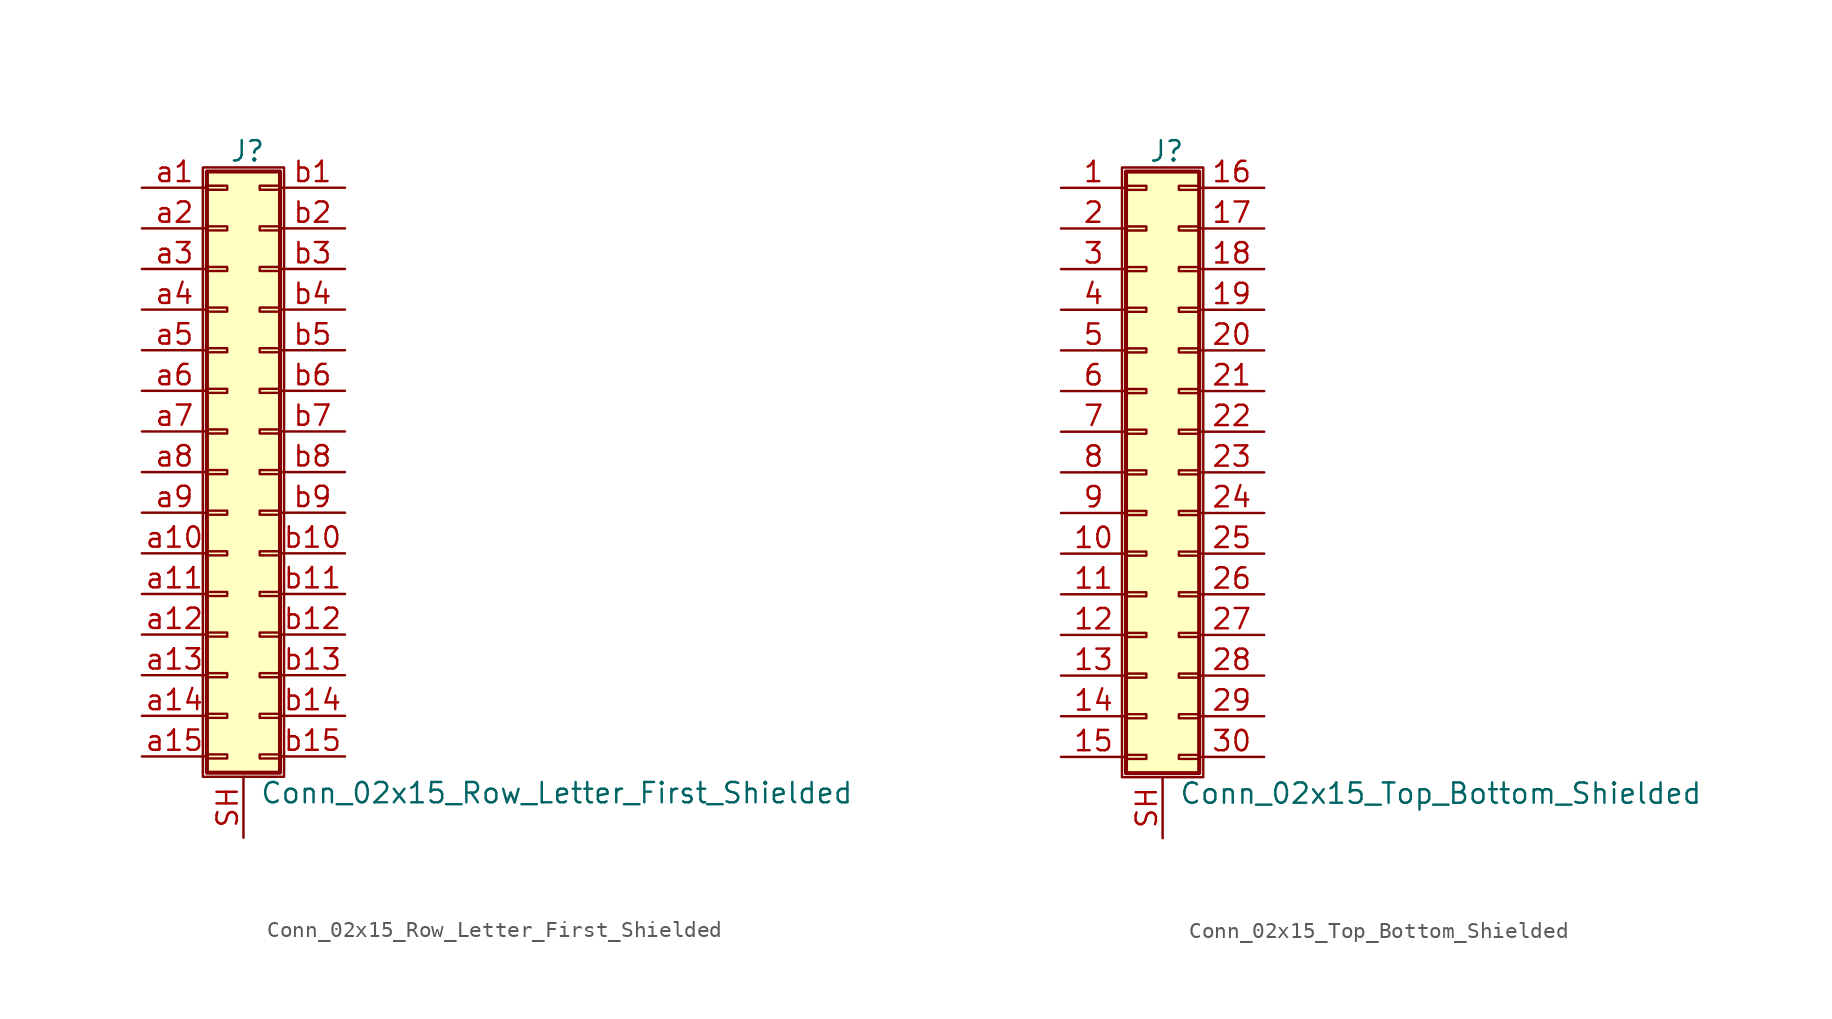
<source format=kicad_sym>
(kicad_symbol_lib
  (version 20201005)
  (generator kicad_symbol_editor)
  (symbol "Connector_Generic_Shielded:Conn_02x15_Row_Letter_First_Shielded"
    (pin_names
      (offset 1.016) hide)
    (property "Reference" "J"
      (at 1.524 20.066 0)
      (effects (font (size 1.27 1.27))))
    (property "Value" "Conn_02x15_Row_Letter_First_Shielded"
      (at 2.286 -20.066 0)
      (effects (font (size 1.27 1.27)) (justify left)))
    (symbol "Conn_02x15_Row_Letter_First_Shielded_1_1"
      (rectangle (start -1.016 -4.953) (end 0.254 -5.207) (stroke (width 0.152)) (fill (type none)))
      (rectangle (start -1.016 -7.493) (end 0.254 -7.747) (stroke (width 0.152)) (fill (type none)))
      (rectangle (start -1.016 -10.033) (end 0.254 -10.287) (stroke (width 0.152)) (fill (type none)))
      (rectangle (start -1.016 -12.573) (end 0.254 -12.827) (stroke (width 0.152)) (fill (type none)))
      (rectangle (start -1.016 -15.113) (end 0.254 -15.367) (stroke (width 0.152)) (fill (type none)))
      (rectangle (start -1.016 -17.653) (end 0.254 -17.907) (stroke (width 0.152)) (fill (type none)))
      (rectangle (start -1.016 -2.413) (end 0.254 -2.667) (stroke (width 0.152)) (fill (type none)))
      (rectangle (start -1.016 2.667) (end 0.254 2.413) (stroke (width 0.152)) (fill (type none)))
      (rectangle (start -1.016 5.207) (end 0.254 4.953) (stroke (width 0.152)) (fill (type none)))
      (rectangle (start -1.016 7.747) (end 0.254 7.493) (stroke (width 0.152)) (fill (type none)))
      (rectangle (start -1.016 10.287) (end 0.254 10.033) (stroke (width 0.152)) (fill (type none)))
      (rectangle (start -1.016 0.127) (end 0.254 -0.127) (stroke (width 0.152)) (fill (type none)))
      (rectangle (start -1.016 12.827) (end 0.254 12.573) (stroke (width 0.152)) (fill (type none)))
      (rectangle (start -1.016 15.367) (end 0.254 15.113) (stroke (width 0.152)) (fill (type none)))
      (rectangle (start -1.016 17.907) (end 0.254 17.653) (stroke (width 0.152)) (fill (type none)))
      (rectangle (start -1.016 18.796) (end 3.556 -18.796) (stroke (width 0.254)) (fill (type background)))
      (rectangle (start -1.27 19.05) (end 3.81 -19.05) (stroke (width 0.152)) (fill (type none)))
      (rectangle (start 3.556 -4.953) (end 2.286 -5.207) (stroke (width 0.152)) (fill (type none)))
      (rectangle (start 3.556 -7.493) (end 2.286 -7.747) (stroke (width 0.152)) (fill (type none)))
      (rectangle (start 3.556 -10.033) (end 2.286 -10.287) (stroke (width 0.152)) (fill (type none)))
      (rectangle (start 3.556 -12.573) (end 2.286 -12.827) (stroke (width 0.152)) (fill (type none)))
      (rectangle (start 3.556 -15.113) (end 2.286 -15.367) (stroke (width 0.152)) (fill (type none)))
      (rectangle (start 3.556 -17.653) (end 2.286 -17.907) (stroke (width 0.152)) (fill (type none)))
      (rectangle (start 3.556 -2.413) (end 2.286 -2.667) (stroke (width 0.152)) (fill (type none)))
      (rectangle (start 3.556 2.667) (end 2.286 2.413) (stroke (width 0.152)) (fill (type none)))
      (rectangle (start 3.556 5.207) (end 2.286 4.953) (stroke (width 0.152)) (fill (type none)))
      (rectangle (start 3.556 7.747) (end 2.286 7.493) (stroke (width 0.152)) (fill (type none)))
      (rectangle (start 3.556 10.287) (end 2.286 10.033) (stroke (width 0.152)) (fill (type none)))
      (rectangle (start 3.556 0.127) (end 2.286 -0.127) (stroke (width 0.152)) (fill (type none)))
      (rectangle (start 3.556 12.827) (end 2.286 12.573) (stroke (width 0.152)) (fill (type none)))
      (rectangle (start 3.556 15.367) (end 2.286 15.113) (stroke (width 0.152)) (fill (type none)))
      (rectangle (start 3.556 17.907) (end 2.286 17.653) (stroke (width 0.152)) (fill (type none)))
      (pin passive line (at -5.08 17.78 0) (length 4.064) (name "Pin_a1" (effects (font (size 1.27 1.27)))) (number "a1" (effects (font (size 1.27 1.27)))))
      (pin passive line (at -5.08 -5.08 0) (length 4.064) (name "Pin_a10" (effects (font (size 1.27 1.27)))) (number "a10" (effects (font (size 1.27 1.27)))))
      (pin passive line (at -5.08 -7.62 0) (length 4.064) (name "Pin_a11" (effects (font (size 1.27 1.27)))) (number "a11" (effects (font (size 1.27 1.27)))))
      (pin passive line (at -5.08 -10.16 0) (length 4.064) (name "Pin_a12" (effects (font (size 1.27 1.27)))) (number "a12" (effects (font (size 1.27 1.27)))))
      (pin passive line (at -5.08 -12.7 0) (length 4.064) (name "Pin_a13" (effects (font (size 1.27 1.27)))) (number "a13" (effects (font (size 1.27 1.27)))))
      (pin passive line (at -5.08 -15.24 0) (length 4.064) (name "Pin_a14" (effects (font (size 1.27 1.27)))) (number "a14" (effects (font (size 1.27 1.27)))))
      (pin passive line (at -5.08 -17.78 0) (length 4.064) (name "Pin_a15" (effects (font (size 1.27 1.27)))) (number "a15" (effects (font (size 1.27 1.27)))))
      (pin passive line (at -5.08 15.24 0) (length 4.064) (name "Pin_a2" (effects (font (size 1.27 1.27)))) (number "a2" (effects (font (size 1.27 1.27)))))
      (pin passive line (at -5.08 12.7 0) (length 4.064) (name "Pin_a3" (effects (font (size 1.27 1.27)))) (number "a3" (effects (font (size 1.27 1.27)))))
      (pin passive line (at -5.08 10.16 0) (length 4.064) (name "Pin_a4" (effects (font (size 1.27 1.27)))) (number "a4" (effects (font (size 1.27 1.27)))))
      (pin passive line (at -5.08 7.62 0) (length 4.064) (name "Pin_a5" (effects (font (size 1.27 1.27)))) (number "a5" (effects (font (size 1.27 1.27)))))
      (pin passive line (at -5.08 5.08 0) (length 4.064) (name "Pin_a6" (effects (font (size 1.27 1.27)))) (number "a6" (effects (font (size 1.27 1.27)))))
      (pin passive line (at -5.08 2.54 0) (length 4.064) (name "Pin_a7" (effects (font (size 1.27 1.27)))) (number "a7" (effects (font (size 1.27 1.27)))))
      (pin passive line (at -5.08 0 0) (length 4.064) (name "Pin_a8" (effects (font (size 1.27 1.27)))) (number "a8" (effects (font (size 1.27 1.27)))))
      (pin passive line (at -5.08 -2.54 0) (length 4.064) (name "Pin_a9" (effects (font (size 1.27 1.27)))) (number "a9" (effects (font (size 1.27 1.27)))))
      (pin passive line (at 7.62 17.78 180) (length 4.064) (name "Pin_b1" (effects (font (size 1.27 1.27)))) (number "b1" (effects (font (size 1.27 1.27)))))
      (pin passive line (at 7.62 -5.08 180) (length 4.064) (name "Pin_b10" (effects (font (size 1.27 1.27)))) (number "b10" (effects (font (size 1.27 1.27)))))
      (pin passive line (at 7.62 -7.62 180) (length 4.064) (name "Pin_b11" (effects (font (size 1.27 1.27)))) (number "b11" (effects (font (size 1.27 1.27)))))
      (pin passive line (at 7.62 -10.16 180) (length 4.064) (name "Pin_b12" (effects (font (size 1.27 1.27)))) (number "b12" (effects (font (size 1.27 1.27)))))
      (pin passive line (at 7.62 -12.7 180) (length 4.064) (name "Pin_b13" (effects (font (size 1.27 1.27)))) (number "b13" (effects (font (size 1.27 1.27)))))
      (pin passive line (at 7.62 -15.24 180) (length 4.064) (name "Pin_b14" (effects (font (size 1.27 1.27)))) (number "b14" (effects (font (size 1.27 1.27)))))
      (pin passive line (at 7.62 -17.78 180) (length 4.064) (name "Pin_b15" (effects (font (size 1.27 1.27)))) (number "b15" (effects (font (size 1.27 1.27)))))
      (pin passive line (at 7.62 15.24 180) (length 4.064) (name "Pin_b2" (effects (font (size 1.27 1.27)))) (number "b2" (effects (font (size 1.27 1.27)))))
      (pin passive line (at 7.62 12.7 180) (length 4.064) (name "Pin_b3" (effects (font (size 1.27 1.27)))) (number "b3" (effects (font (size 1.27 1.27)))))
      (pin passive line (at 7.62 10.16 180) (length 4.064) (name "Pin_b4" (effects (font (size 1.27 1.27)))) (number "b4" (effects (font (size 1.27 1.27)))))
      (pin passive line (at 7.62 7.62 180) (length 4.064) (name "Pin_b5" (effects (font (size 1.27 1.27)))) (number "b5" (effects (font (size 1.27 1.27)))))
      (pin passive line (at 7.62 5.08 180) (length 4.064) (name "Pin_b6" (effects (font (size 1.27 1.27)))) (number "b6" (effects (font (size 1.27 1.27)))))
      (pin passive line (at 7.62 2.54 180) (length 4.064) (name "Pin_b7" (effects (font (size 1.27 1.27)))) (number "b7" (effects (font (size 1.27 1.27)))))
      (pin passive line (at 7.62 0 180) (length 4.064) (name "Pin_b8" (effects (font (size 1.27 1.27)))) (number "b8" (effects (font (size 1.27 1.27)))))
      (pin passive line (at 7.62 -2.54 180) (length 4.064) (name "Pin_b9" (effects (font (size 1.27 1.27)))) (number "b9" (effects (font (size 1.27 1.27)))))
      (pin passive line (at 1.27 -22.86 90) (length 3.81) (name "Shield" (effects (font (size 1.27 1.27)))) (number "SH" (effects (font (size 1.27 1.27)))))))
  (symbol "Connector_Generic_Shielded:Conn_02x15_Top_Bottom_Shielded"
    (pin_names
      (offset 1.016) hide)
    (property "Reference" "J"
      (at 1.524 20.066 0)
      (effects (font (size 1.27 1.27))))
    (property "Value" "Conn_02x15_Top_Bottom_Shielded"
      (at 2.286 -20.066 0)
      (effects (font (size 1.27 1.27)) (justify left)))
    (symbol "Conn_02x15_Top_Bottom_Shielded_1_1"
      (rectangle (start -1.016 -4.953) (end 0.254 -5.207) (stroke (width 0.152)) (fill (type none)))
      (rectangle (start -1.016 -7.493) (end 0.254 -7.747) (stroke (width 0.152)) (fill (type none)))
      (rectangle (start -1.016 -10.033) (end 0.254 -10.287) (stroke (width 0.152)) (fill (type none)))
      (rectangle (start -1.016 -12.573) (end 0.254 -12.827) (stroke (width 0.152)) (fill (type none)))
      (rectangle (start -1.016 -15.113) (end 0.254 -15.367) (stroke (width 0.152)) (fill (type none)))
      (rectangle (start -1.016 -17.653) (end 0.254 -17.907) (stroke (width 0.152)) (fill (type none)))
      (rectangle (start -1.016 -2.413) (end 0.254 -2.667) (stroke (width 0.152)) (fill (type none)))
      (rectangle (start -1.016 2.667) (end 0.254 2.413) (stroke (width 0.152)) (fill (type none)))
      (rectangle (start -1.016 5.207) (end 0.254 4.953) (stroke (width 0.152)) (fill (type none)))
      (rectangle (start -1.016 7.747) (end 0.254 7.493) (stroke (width 0.152)) (fill (type none)))
      (rectangle (start -1.016 10.287) (end 0.254 10.033) (stroke (width 0.152)) (fill (type none)))
      (rectangle (start -1.016 0.127) (end 0.254 -0.127) (stroke (width 0.152)) (fill (type none)))
      (rectangle (start -1.016 12.827) (end 0.254 12.573) (stroke (width 0.152)) (fill (type none)))
      (rectangle (start -1.016 15.367) (end 0.254 15.113) (stroke (width 0.152)) (fill (type none)))
      (rectangle (start -1.016 17.907) (end 0.254 17.653) (stroke (width 0.152)) (fill (type none)))
      (rectangle (start -1.016 18.796) (end 3.556 -18.796) (stroke (width 0.254)) (fill (type background)))
      (rectangle (start -1.27 19.05) (end 3.81 -19.05) (stroke (width 0.152)) (fill (type none)))
      (rectangle (start 3.556 -4.953) (end 2.286 -5.207) (stroke (width 0.152)) (fill (type none)))
      (rectangle (start 3.556 -7.493) (end 2.286 -7.747) (stroke (width 0.152)) (fill (type none)))
      (rectangle (start 3.556 -10.033) (end 2.286 -10.287) (stroke (width 0.152)) (fill (type none)))
      (rectangle (start 3.556 -12.573) (end 2.286 -12.827) (stroke (width 0.152)) (fill (type none)))
      (rectangle (start 3.556 -15.113) (end 2.286 -15.367) (stroke (width 0.152)) (fill (type none)))
      (rectangle (start 3.556 -17.653) (end 2.286 -17.907) (stroke (width 0.152)) (fill (type none)))
      (rectangle (start 3.556 -2.413) (end 2.286 -2.667) (stroke (width 0.152)) (fill (type none)))
      (rectangle (start 3.556 2.667) (end 2.286 2.413) (stroke (width 0.152)) (fill (type none)))
      (rectangle (start 3.556 5.207) (end 2.286 4.953) (stroke (width 0.152)) (fill (type none)))
      (rectangle (start 3.556 7.747) (end 2.286 7.493) (stroke (width 0.152)) (fill (type none)))
      (rectangle (start 3.556 10.287) (end 2.286 10.033) (stroke (width 0.152)) (fill (type none)))
      (rectangle (start 3.556 0.127) (end 2.286 -0.127) (stroke (width 0.152)) (fill (type none)))
      (rectangle (start 3.556 12.827) (end 2.286 12.573) (stroke (width 0.152)) (fill (type none)))
      (rectangle (start 3.556 15.367) (end 2.286 15.113) (stroke (width 0.152)) (fill (type none)))
      (rectangle (start 3.556 17.907) (end 2.286 17.653) (stroke (width 0.152)) (fill (type none)))
      (pin passive line (at -5.08 17.78 0) (length 4.064) (name "Pin_1" (effects (font (size 1.27 1.27)))) (number "1" (effects (font (size 1.27 1.27)))))
      (pin passive line (at -5.08 -5.08 0) (length 4.064) (name "Pin_10" (effects (font (size 1.27 1.27)))) (number "10" (effects (font (size 1.27 1.27)))))
      (pin passive line (at -5.08 -7.62 0) (length 4.064) (name "Pin_11" (effects (font (size 1.27 1.27)))) (number "11" (effects (font (size 1.27 1.27)))))
      (pin passive line (at -5.08 -10.16 0) (length 4.064) (name "Pin_12" (effects (font (size 1.27 1.27)))) (number "12" (effects (font (size 1.27 1.27)))))
      (pin passive line (at -5.08 -12.7 0) (length 4.064) (name "Pin_13" (effects (font (size 1.27 1.27)))) (number "13" (effects (font (size 1.27 1.27)))))
      (pin passive line (at -5.08 -15.24 0) (length 4.064) (name "Pin_14" (effects (font (size 1.27 1.27)))) (number "14" (effects (font (size 1.27 1.27)))))
      (pin passive line (at -5.08 -17.78 0) (length 4.064) (name "Pin_15" (effects (font (size 1.27 1.27)))) (number "15" (effects (font (size 1.27 1.27)))))
      (pin passive line (at 7.62 17.78 180) (length 4.064) (name "Pin_16" (effects (font (size 1.27 1.27)))) (number "16" (effects (font (size 1.27 1.27)))))
      (pin passive line (at 7.62 15.24 180) (length 4.064) (name "Pin_17" (effects (font (size 1.27 1.27)))) (number "17" (effects (font (size 1.27 1.27)))))
      (pin passive line (at 7.62 12.7 180) (length 4.064) (name "Pin_18" (effects (font (size 1.27 1.27)))) (number "18" (effects (font (size 1.27 1.27)))))
      (pin passive line (at 7.62 10.16 180) (length 4.064) (name "Pin_19" (effects (font (size 1.27 1.27)))) (number "19" (effects (font (size 1.27 1.27)))))
      (pin passive line (at -5.08 15.24 0) (length 4.064) (name "Pin_2" (effects (font (size 1.27 1.27)))) (number "2" (effects (font (size 1.27 1.27)))))
      (pin passive line (at 7.62 7.62 180) (length 4.064) (name "Pin_20" (effects (font (size 1.27 1.27)))) (number "20" (effects (font (size 1.27 1.27)))))
      (pin passive line (at 7.62 5.08 180) (length 4.064) (name "Pin_21" (effects (font (size 1.27 1.27)))) (number "21" (effects (font (size 1.27 1.27)))))
      (pin passive line (at 7.62 2.54 180) (length 4.064) (name "Pin_22" (effects (font (size 1.27 1.27)))) (number "22" (effects (font (size 1.27 1.27)))))
      (pin passive line (at 7.62 0 180) (length 4.064) (name "Pin_23" (effects (font (size 1.27 1.27)))) (number "23" (effects (font (size 1.27 1.27)))))
      (pin passive line (at 7.62 -2.54 180) (length 4.064) (name "Pin_24" (effects (font (size 1.27 1.27)))) (number "24" (effects (font (size 1.27 1.27)))))
      (pin passive line (at 7.62 -5.08 180) (length 4.064) (name "Pin_25" (effects (font (size 1.27 1.27)))) (number "25" (effects (font (size 1.27 1.27)))))
      (pin passive line (at 7.62 -7.62 180) (length 4.064) (name "Pin_26" (effects (font (size 1.27 1.27)))) (number "26" (effects (font (size 1.27 1.27)))))
      (pin passive line (at 7.62 -10.16 180) (length 4.064) (name "Pin_27" (effects (font (size 1.27 1.27)))) (number "27" (effects (font (size 1.27 1.27)))))
      (pin passive line (at 7.62 -12.7 180) (length 4.064) (name "Pin_28" (effects (font (size 1.27 1.27)))) (number "28" (effects (font (size 1.27 1.27)))))
      (pin passive line (at 7.62 -15.24 180) (length 4.064) (name "Pin_29" (effects (font (size 1.27 1.27)))) (number "29" (effects (font (size 1.27 1.27)))))
      (pin passive line (at -5.08 12.7 0) (length 4.064) (name "Pin_3" (effects (font (size 1.27 1.27)))) (number "3" (effects (font (size 1.27 1.27)))))
      (pin passive line (at 7.62 -17.78 180) (length 4.064) (name "Pin_30" (effects (font (size 1.27 1.27)))) (number "30" (effects (font (size 1.27 1.27)))))
      (pin passive line (at -5.08 10.16 0) (length 4.064) (name "Pin_4" (effects (font (size 1.27 1.27)))) (number "4" (effects (font (size 1.27 1.27)))))
      (pin passive line (at -5.08 7.62 0) (length 4.064) (name "Pin_5" (effects (font (size 1.27 1.27)))) (number "5" (effects (font (size 1.27 1.27)))))
      (pin passive line (at -5.08 5.08 0) (length 4.064) (name "Pin_6" (effects (font (size 1.27 1.27)))) (number "6" (effects (font (size 1.27 1.27)))))
      (pin passive line (at -5.08 2.54 0) (length 4.064) (name "Pin_7" (effects (font (size 1.27 1.27)))) (number "7" (effects (font (size 1.27 1.27)))))
      (pin passive line (at -5.08 0 0) (length 4.064) (name "Pin_8" (effects (font (size 1.27 1.27)))) (number "8" (effects (font (size 1.27 1.27)))))
      (pin passive line (at -5.08 -2.54 0) (length 4.064) (name "Pin_9" (effects (font (size 1.27 1.27)))) (number "9" (effects (font (size 1.27 1.27)))))
      (pin passive line (at 1.27 -22.86 90) (length 3.81) (name "Shield" (effects (font (size 1.27 1.27)))) (number "SH" (effects (font (size 1.27 1.27))))))))
</source>
